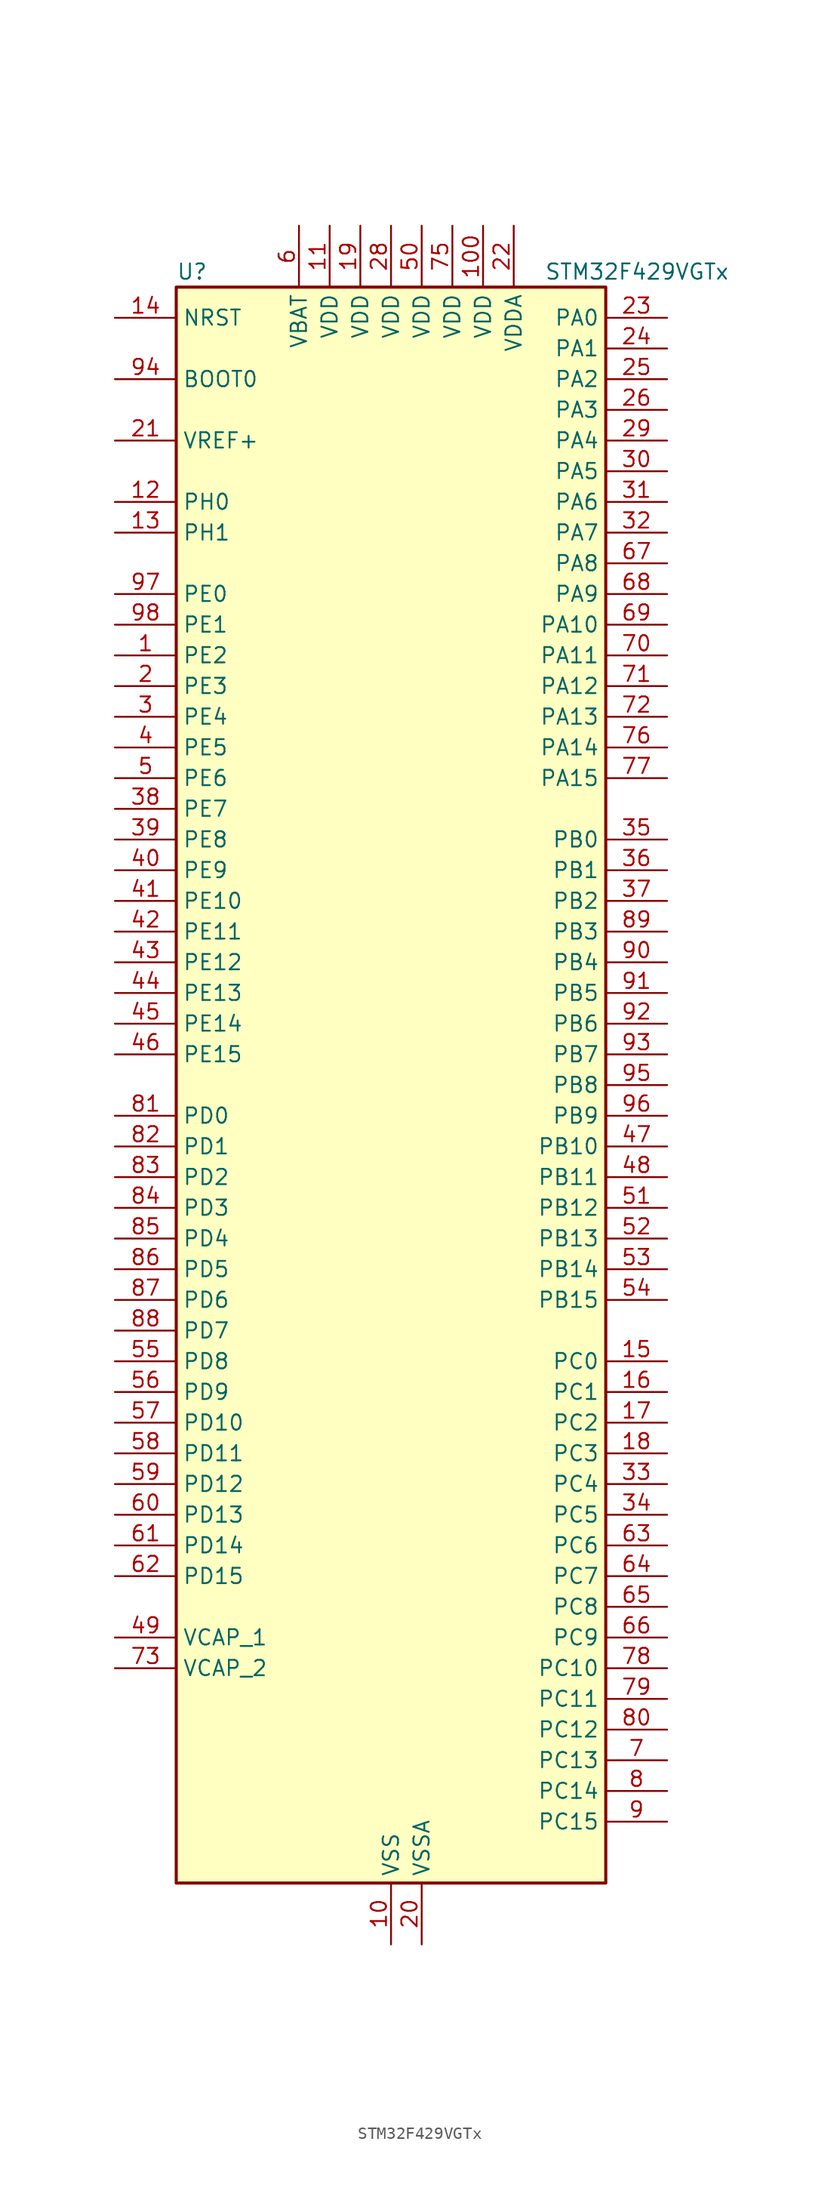
<source format=kicad_sym>
(kicad_symbol_lib
  (version 20220914)
  (generator kicad_symbol_editor)
  (symbol "STM32F429VGTx"
    (property "Reference" "U"
      (at -17.78 67.31 0)
      (effects (font (size 1.27 1.27)) (justify left)))
    (property "Value" "STM32F429VGTx"
      (at 12.7 67.31 0)
      (effects (font (size 1.27 1.27)) (justify left)))
    (property "ki_locked" ""
      (at 0 0 0)
      (effects (font (size 1.27 1.27))))
    (symbol "STM32F429VGTx_0_1"
      (rectangle (start -17.78 -66.04) (end 17.78 66.04) (stroke (width 0.254) (type default)) (fill (type background))))
    (symbol "STM32F429VGTx_1_1"
      (pin bidirectional line (at -22.86 35.56 0) (length 5.08) (name "PE2" (effects (font (size 1.27 1.27)))) (number "1" (effects (font (size 1.27 1.27)))) (alternate "ETH_TXD3" bidirectional line) (alternate "FMC_A23" bidirectional line) (alternate "SAI1_MCLK_A" bidirectional line) (alternate "SPI4_SCK" bidirectional line) (alternate "SYS_TRACECLK" bidirectional line))
      (pin power_in line (at 0 -71.12 90) (length 5.08) (name "VSS" (effects (font (size 1.27 1.27)))) (number "10" (effects (font (size 1.27 1.27)))))
      (pin power_in line (at 7.62 71.12 270) (length 5.08) (name "VDD" (effects (font (size 1.27 1.27)))) (number "100" (effects (font (size 1.27 1.27)))))
      (pin power_in line (at -5.08 71.12 270) (length 5.08) (name "VDD" (effects (font (size 1.27 1.27)))) (number "11" (effects (font (size 1.27 1.27)))))
      (pin bidirectional line (at -22.86 48.26 0) (length 5.08) (name "PH0" (effects (font (size 1.27 1.27)))) (number "12" (effects (font (size 1.27 1.27)))) (alternate "RCC_OSC_IN" bidirectional line))
      (pin bidirectional line (at -22.86 45.72 0) (length 5.08) (name "PH1" (effects (font (size 1.27 1.27)))) (number "13" (effects (font (size 1.27 1.27)))) (alternate "RCC_OSC_OUT" bidirectional line))
      (pin input line (at -22.86 63.5 0) (length 5.08) (name "NRST" (effects (font (size 1.27 1.27)))) (number "14" (effects (font (size 1.27 1.27)))))
      (pin bidirectional line (at 22.86 -22.86 180) (length 5.08) (name "PC0" (effects (font (size 1.27 1.27)))) (number "15" (effects (font (size 1.27 1.27)))) (alternate "ADC1_IN10" bidirectional line) (alternate "ADC2_IN10" bidirectional line) (alternate "ADC3_IN10" bidirectional line) (alternate "USB_OTG_HS_ULPI_STP" bidirectional line))
      (pin bidirectional line (at 22.86 -25.4 180) (length 5.08) (name "PC1" (effects (font (size 1.27 1.27)))) (number "16" (effects (font (size 1.27 1.27)))) (alternate "ADC1_IN11" bidirectional line) (alternate "ADC2_IN11" bidirectional line) (alternate "ADC3_IN11" bidirectional line) (alternate "ETH_MDC" bidirectional line))
      (pin bidirectional line (at 22.86 -27.94 180) (length 5.08) (name "PC2" (effects (font (size 1.27 1.27)))) (number "17" (effects (font (size 1.27 1.27)))) (alternate "ADC1_IN12" bidirectional line) (alternate "ADC2_IN12" bidirectional line) (alternate "ADC3_IN12" bidirectional line) (alternate "ETH_TXD2" bidirectional line) (alternate "I2S2_ext_SD" bidirectional line) (alternate "SPI2_MISO" bidirectional line) (alternate "USB_OTG_HS_ULPI_DIR" bidirectional line))
      (pin bidirectional line (at 22.86 -30.48 180) (length 5.08) (name "PC3" (effects (font (size 1.27 1.27)))) (number "18" (effects (font (size 1.27 1.27)))) (alternate "ADC1_IN13" bidirectional line) (alternate "ADC2_IN13" bidirectional line) (alternate "ADC3_IN13" bidirectional line) (alternate "ETH_TX_CLK" bidirectional line) (alternate "I2S2_SD" bidirectional line) (alternate "SPI2_MOSI" bidirectional line) (alternate "USB_OTG_HS_ULPI_NXT" bidirectional line))
      (pin power_in line (at -2.54 71.12 270) (length 5.08) (name "VDD" (effects (font (size 1.27 1.27)))) (number "19" (effects (font (size 1.27 1.27)))))
      (pin bidirectional line (at -22.86 33.02 0) (length 5.08) (name "PE3" (effects (font (size 1.27 1.27)))) (number "2" (effects (font (size 1.27 1.27)))) (alternate "FMC_A19" bidirectional line) (alternate "SAI1_SD_B" bidirectional line) (alternate "SYS_TRACED0" bidirectional line))
      (pin power_in line (at 2.54 -71.12 90) (length 5.08) (name "VSSA" (effects (font (size 1.27 1.27)))) (number "20" (effects (font (size 1.27 1.27)))))
      (pin input line (at -22.86 53.34 0) (length 5.08) (name "VREF+" (effects (font (size 1.27 1.27)))) (number "21" (effects (font (size 1.27 1.27)))))
      (pin power_in line (at 10.16 71.12 270) (length 5.08) (name "VDDA" (effects (font (size 1.27 1.27)))) (number "22" (effects (font (size 1.27 1.27)))))
      (pin bidirectional line (at 22.86 63.5 180) (length 5.08) (name "PA0" (effects (font (size 1.27 1.27)))) (number "23" (effects (font (size 1.27 1.27)))) (alternate "ADC1_IN0" bidirectional line) (alternate "ADC2_IN0" bidirectional line) (alternate "ADC3_IN0" bidirectional line) (alternate "ETH_CRS" bidirectional line) (alternate "SYS_WKUP" bidirectional line) (alternate "TIM2_CH1" bidirectional line) (alternate "TIM2_ETR" bidirectional line) (alternate "TIM5_CH1" bidirectional line) (alternate "TIM8_ETR" bidirectional line) (alternate "UART4_TX" bidirectional line) (alternate "USART2_CTS" bidirectional line))
      (pin bidirectional line (at 22.86 60.96 180) (length 5.08) (name "PA1" (effects (font (size 1.27 1.27)))) (number "24" (effects (font (size 1.27 1.27)))) (alternate "ADC1_IN1" bidirectional line) (alternate "ADC2_IN1" bidirectional line) (alternate "ADC3_IN1" bidirectional line) (alternate "ETH_REF_CLK" bidirectional line) (alternate "ETH_RX_CLK" bidirectional line) (alternate "TIM2_CH2" bidirectional line) (alternate "TIM5_CH2" bidirectional line) (alternate "UART4_RX" bidirectional line) (alternate "USART2_RTS" bidirectional line))
      (pin bidirectional line (at 22.86 58.42 180) (length 5.08) (name "PA2" (effects (font (size 1.27 1.27)))) (number "25" (effects (font (size 1.27 1.27)))) (alternate "ADC1_IN2" bidirectional line) (alternate "ADC2_IN2" bidirectional line) (alternate "ADC3_IN2" bidirectional line) (alternate "ETH_MDIO" bidirectional line) (alternate "TIM2_CH3" bidirectional line) (alternate "TIM5_CH3" bidirectional line) (alternate "TIM9_CH1" bidirectional line) (alternate "USART2_TX" bidirectional line))
      (pin bidirectional line (at 22.86 55.88 180) (length 5.08) (name "PA3" (effects (font (size 1.27 1.27)))) (number "26" (effects (font (size 1.27 1.27)))) (alternate "ADC1_IN3" bidirectional line) (alternate "ADC2_IN3" bidirectional line) (alternate "ADC3_IN3" bidirectional line) (alternate "ETH_COL" bidirectional line) (alternate "LTDC_B5" bidirectional line) (alternate "TIM2_CH4" bidirectional line) (alternate "TIM5_CH4" bidirectional line) (alternate "TIM9_CH2" bidirectional line) (alternate "USART2_RX" bidirectional line) (alternate "USB_OTG_HS_ULPI_D0" bidirectional line))
      (pin passive line (at 0 -71.12 90) (length 5.08) hide (name "VSS" (effects (font (size 1.27 1.27)))) (number "27" (effects (font (size 1.27 1.27)))))
      (pin power_in line (at 0 71.12 270) (length 5.08) (name "VDD" (effects (font (size 1.27 1.27)))) (number "28" (effects (font (size 1.27 1.27)))))
      (pin bidirectional line (at 22.86 53.34 180) (length 5.08) (name "PA4" (effects (font (size 1.27 1.27)))) (number "29" (effects (font (size 1.27 1.27)))) (alternate "ADC1_IN4" bidirectional line) (alternate "ADC2_IN4" bidirectional line) (alternate "DAC_OUT1" bidirectional line) (alternate "DCMI_HSYNC" bidirectional line) (alternate "I2S3_WS" bidirectional line) (alternate "LTDC_VSYNC" bidirectional line) (alternate "SPI1_NSS" bidirectional line) (alternate "SPI3_NSS" bidirectional line) (alternate "USART2_CK" bidirectional line) (alternate "USB_OTG_HS_SOF" bidirectional line))
      (pin bidirectional line (at -22.86 30.48 0) (length 5.08) (name "PE4" (effects (font (size 1.27 1.27)))) (number "3" (effects (font (size 1.27 1.27)))) (alternate "DCMI_D4" bidirectional line) (alternate "FMC_A20" bidirectional line) (alternate "LTDC_B0" bidirectional line) (alternate "SAI1_FS_A" bidirectional line) (alternate "SPI4_NSS" bidirectional line) (alternate "SYS_TRACED1" bidirectional line))
      (pin bidirectional line (at 22.86 50.8 180) (length 5.08) (name "PA5" (effects (font (size 1.27 1.27)))) (number "30" (effects (font (size 1.27 1.27)))) (alternate "ADC1_IN5" bidirectional line) (alternate "ADC2_IN5" bidirectional line) (alternate "DAC_OUT2" bidirectional line) (alternate "SPI1_SCK" bidirectional line) (alternate "TIM2_CH1" bidirectional line) (alternate "TIM2_ETR" bidirectional line) (alternate "TIM8_CH1N" bidirectional line) (alternate "USB_OTG_HS_ULPI_CK" bidirectional line))
      (pin bidirectional line (at 22.86 48.26 180) (length 5.08) (name "PA6" (effects (font (size 1.27 1.27)))) (number "31" (effects (font (size 1.27 1.27)))) (alternate "ADC1_IN6" bidirectional line) (alternate "ADC2_IN6" bidirectional line) (alternate "DCMI_PIXCLK" bidirectional line) (alternate "LTDC_G2" bidirectional line) (alternate "SPI1_MISO" bidirectional line) (alternate "TIM13_CH1" bidirectional line) (alternate "TIM1_BKIN" bidirectional line) (alternate "TIM3_CH1" bidirectional line) (alternate "TIM8_BKIN" bidirectional line))
      (pin bidirectional line (at 22.86 45.72 180) (length 5.08) (name "PA7" (effects (font (size 1.27 1.27)))) (number "32" (effects (font (size 1.27 1.27)))) (alternate "ADC1_IN7" bidirectional line) (alternate "ADC2_IN7" bidirectional line) (alternate "ETH_CRS_DV" bidirectional line) (alternate "ETH_RX_DV" bidirectional line) (alternate "SPI1_MOSI" bidirectional line) (alternate "TIM14_CH1" bidirectional line) (alternate "TIM1_CH1N" bidirectional line) (alternate "TIM3_CH2" bidirectional line) (alternate "TIM8_CH1N" bidirectional line))
      (pin bidirectional line (at 22.86 -33.02 180) (length 5.08) (name "PC4" (effects (font (size 1.27 1.27)))) (number "33" (effects (font (size 1.27 1.27)))) (alternate "ADC1_IN14" bidirectional line) (alternate "ADC2_IN14" bidirectional line) (alternate "ETH_RXD0" bidirectional line))
      (pin bidirectional line (at 22.86 -35.56 180) (length 5.08) (name "PC5" (effects (font (size 1.27 1.27)))) (number "34" (effects (font (size 1.27 1.27)))) (alternate "ADC1_IN15" bidirectional line) (alternate "ADC2_IN15" bidirectional line) (alternate "ETH_RXD1" bidirectional line))
      (pin bidirectional line (at 22.86 20.32 180) (length 5.08) (name "PB0" (effects (font (size 1.27 1.27)))) (number "35" (effects (font (size 1.27 1.27)))) (alternate "ADC1_IN8" bidirectional line) (alternate "ADC2_IN8" bidirectional line) (alternate "ETH_RXD2" bidirectional line) (alternate "LTDC_R3" bidirectional line) (alternate "TIM1_CH2N" bidirectional line) (alternate "TIM3_CH3" bidirectional line) (alternate "TIM8_CH2N" bidirectional line) (alternate "USB_OTG_HS_ULPI_D1" bidirectional line))
      (pin bidirectional line (at 22.86 17.78 180) (length 5.08) (name "PB1" (effects (font (size 1.27 1.27)))) (number "36" (effects (font (size 1.27 1.27)))) (alternate "ADC1_IN9" bidirectional line) (alternate "ADC2_IN9" bidirectional line) (alternate "ETH_RXD3" bidirectional line) (alternate "LTDC_R6" bidirectional line) (alternate "TIM1_CH3N" bidirectional line) (alternate "TIM3_CH4" bidirectional line) (alternate "TIM8_CH3N" bidirectional line) (alternate "USB_OTG_HS_ULPI_D2" bidirectional line))
      (pin bidirectional line (at 22.86 15.24 180) (length 5.08) (name "PB2" (effects (font (size 1.27 1.27)))) (number "37" (effects (font (size 1.27 1.27)))))
      (pin bidirectional line (at -22.86 22.86 0) (length 5.08) (name "PE7" (effects (font (size 1.27 1.27)))) (number "38" (effects (font (size 1.27 1.27)))) (alternate "FMC_D4" bidirectional line) (alternate "FMC_DA4" bidirectional line) (alternate "TIM1_ETR" bidirectional line) (alternate "UART7_RX" bidirectional line))
      (pin bidirectional line (at -22.86 20.32 0) (length 5.08) (name "PE8" (effects (font (size 1.27 1.27)))) (number "39" (effects (font (size 1.27 1.27)))) (alternate "FMC_D5" bidirectional line) (alternate "FMC_DA5" bidirectional line) (alternate "TIM1_CH1N" bidirectional line) (alternate "UART7_TX" bidirectional line))
      (pin bidirectional line (at -22.86 27.94 0) (length 5.08) (name "PE5" (effects (font (size 1.27 1.27)))) (number "4" (effects (font (size 1.27 1.27)))) (alternate "DCMI_D6" bidirectional line) (alternate "FMC_A21" bidirectional line) (alternate "LTDC_G0" bidirectional line) (alternate "SAI1_SCK_A" bidirectional line) (alternate "SPI4_MISO" bidirectional line) (alternate "SYS_TRACED2" bidirectional line) (alternate "TIM9_CH1" bidirectional line))
      (pin bidirectional line (at -22.86 17.78 0) (length 5.08) (name "PE9" (effects (font (size 1.27 1.27)))) (number "40" (effects (font (size 1.27 1.27)))) (alternate "DAC_EXTI9" bidirectional line) (alternate "FMC_D6" bidirectional line) (alternate "FMC_DA6" bidirectional line) (alternate "TIM1_CH1" bidirectional line))
      (pin bidirectional line (at -22.86 15.24 0) (length 5.08) (name "PE10" (effects (font (size 1.27 1.27)))) (number "41" (effects (font (size 1.27 1.27)))) (alternate "FMC_D7" bidirectional line) (alternate "FMC_DA7" bidirectional line) (alternate "TIM1_CH2N" bidirectional line))
      (pin bidirectional line (at -22.86 12.7 0) (length 5.08) (name "PE11" (effects (font (size 1.27 1.27)))) (number "42" (effects (font (size 1.27 1.27)))) (alternate "ADC1_EXTI11" bidirectional line) (alternate "ADC2_EXTI11" bidirectional line) (alternate "ADC3_EXTI11" bidirectional line) (alternate "FMC_D8" bidirectional line) (alternate "FMC_DA8" bidirectional line) (alternate "LTDC_G3" bidirectional line) (alternate "SPI4_NSS" bidirectional line) (alternate "TIM1_CH2" bidirectional line))
      (pin bidirectional line (at -22.86 10.16 0) (length 5.08) (name "PE12" (effects (font (size 1.27 1.27)))) (number "43" (effects (font (size 1.27 1.27)))) (alternate "FMC_D9" bidirectional line) (alternate "FMC_DA9" bidirectional line) (alternate "LTDC_B4" bidirectional line) (alternate "SPI4_SCK" bidirectional line) (alternate "TIM1_CH3N" bidirectional line))
      (pin bidirectional line (at -22.86 7.62 0) (length 5.08) (name "PE13" (effects (font (size 1.27 1.27)))) (number "44" (effects (font (size 1.27 1.27)))) (alternate "FMC_D10" bidirectional line) (alternate "FMC_DA10" bidirectional line) (alternate "LTDC_DE" bidirectional line) (alternate "SPI4_MISO" bidirectional line) (alternate "TIM1_CH3" bidirectional line))
      (pin bidirectional line (at -22.86 5.08 0) (length 5.08) (name "PE14" (effects (font (size 1.27 1.27)))) (number "45" (effects (font (size 1.27 1.27)))) (alternate "FMC_D11" bidirectional line) (alternate "FMC_DA11" bidirectional line) (alternate "LTDC_CLK" bidirectional line) (alternate "SPI4_MOSI" bidirectional line) (alternate "TIM1_CH4" bidirectional line))
      (pin bidirectional line (at -22.86 2.54 0) (length 5.08) (name "PE15" (effects (font (size 1.27 1.27)))) (number "46" (effects (font (size 1.27 1.27)))) (alternate "ADC1_EXTI15" bidirectional line) (alternate "ADC2_EXTI15" bidirectional line) (alternate "ADC3_EXTI15" bidirectional line) (alternate "FMC_D12" bidirectional line) (alternate "FMC_DA12" bidirectional line) (alternate "LTDC_R7" bidirectional line) (alternate "TIM1_BKIN" bidirectional line))
      (pin bidirectional line (at 22.86 -5.08 180) (length 5.08) (name "PB10" (effects (font (size 1.27 1.27)))) (number "47" (effects (font (size 1.27 1.27)))) (alternate "ETH_RX_ER" bidirectional line) (alternate "I2C2_SCL" bidirectional line) (alternate "I2S2_CK" bidirectional line) (alternate "LTDC_G4" bidirectional line) (alternate "SPI2_SCK" bidirectional line) (alternate "TIM2_CH3" bidirectional line) (alternate "USART3_TX" bidirectional line) (alternate "USB_OTG_HS_ULPI_D3" bidirectional line))
      (pin bidirectional line (at 22.86 -7.62 180) (length 5.08) (name "PB11" (effects (font (size 1.27 1.27)))) (number "48" (effects (font (size 1.27 1.27)))) (alternate "ADC1_EXTI11" bidirectional line) (alternate "ADC2_EXTI11" bidirectional line) (alternate "ADC3_EXTI11" bidirectional line) (alternate "ETH_TX_EN" bidirectional line) (alternate "I2C2_SDA" bidirectional line) (alternate "LTDC_G5" bidirectional line) (alternate "TIM2_CH4" bidirectional line) (alternate "USART3_RX" bidirectional line) (alternate "USB_OTG_HS_ULPI_D4" bidirectional line))
      (pin power_out line (at -22.86 -45.72 0) (length 5.08) (name "VCAP_1" (effects (font (size 1.27 1.27)))) (number "49" (effects (font (size 1.27 1.27)))))
      (pin bidirectional line (at -22.86 25.4 0) (length 5.08) (name "PE6" (effects (font (size 1.27 1.27)))) (number "5" (effects (font (size 1.27 1.27)))) (alternate "DCMI_D7" bidirectional line) (alternate "FMC_A22" bidirectional line) (alternate "LTDC_G1" bidirectional line) (alternate "SAI1_SD_A" bidirectional line) (alternate "SPI4_MOSI" bidirectional line) (alternate "SYS_TRACED3" bidirectional line) (alternate "TIM9_CH2" bidirectional line))
      (pin power_in line (at 2.54 71.12 270) (length 5.08) (name "VDD" (effects (font (size 1.27 1.27)))) (number "50" (effects (font (size 1.27 1.27)))))
      (pin bidirectional line (at 22.86 -10.16 180) (length 5.08) (name "PB12" (effects (font (size 1.27 1.27)))) (number "51" (effects (font (size 1.27 1.27)))) (alternate "CAN2_RX" bidirectional line) (alternate "ETH_TXD0" bidirectional line) (alternate "I2C2_SMBA" bidirectional line) (alternate "I2S2_WS" bidirectional line) (alternate "SPI2_NSS" bidirectional line) (alternate "TIM1_BKIN" bidirectional line) (alternate "USART3_CK" bidirectional line) (alternate "USB_OTG_HS_ID" bidirectional line) (alternate "USB_OTG_HS_ULPI_D5" bidirectional line))
      (pin bidirectional line (at 22.86 -12.7 180) (length 5.08) (name "PB13" (effects (font (size 1.27 1.27)))) (number "52" (effects (font (size 1.27 1.27)))) (alternate "CAN2_TX" bidirectional line) (alternate "ETH_TXD1" bidirectional line) (alternate "I2S2_CK" bidirectional line) (alternate "SPI2_SCK" bidirectional line) (alternate "TIM1_CH1N" bidirectional line) (alternate "USART3_CTS" bidirectional line) (alternate "USB_OTG_HS_ULPI_D6" bidirectional line) (alternate "USB_OTG_HS_VBUS" bidirectional line))
      (pin bidirectional line (at 22.86 -15.24 180) (length 5.08) (name "PB14" (effects (font (size 1.27 1.27)))) (number "53" (effects (font (size 1.27 1.27)))) (alternate "I2S2_ext_SD" bidirectional line) (alternate "SPI2_MISO" bidirectional line) (alternate "TIM12_CH1" bidirectional line) (alternate "TIM1_CH2N" bidirectional line) (alternate "TIM8_CH2N" bidirectional line) (alternate "USART3_RTS" bidirectional line) (alternate "USB_OTG_HS_DM" bidirectional line))
      (pin bidirectional line (at 22.86 -17.78 180) (length 5.08) (name "PB15" (effects (font (size 1.27 1.27)))) (number "54" (effects (font (size 1.27 1.27)))) (alternate "ADC1_EXTI15" bidirectional line) (alternate "ADC2_EXTI15" bidirectional line) (alternate "ADC3_EXTI15" bidirectional line) (alternate "I2S2_SD" bidirectional line) (alternate "RTC_REFIN" bidirectional line) (alternate "SPI2_MOSI" bidirectional line) (alternate "TIM12_CH2" bidirectional line) (alternate "TIM1_CH3N" bidirectional line) (alternate "TIM8_CH3N" bidirectional line) (alternate "USB_OTG_HS_DP" bidirectional line))
      (pin bidirectional line (at -22.86 -22.86 0) (length 5.08) (name "PD8" (effects (font (size 1.27 1.27)))) (number "55" (effects (font (size 1.27 1.27)))) (alternate "FMC_D13" bidirectional line) (alternate "FMC_DA13" bidirectional line) (alternate "USART3_TX" bidirectional line))
      (pin bidirectional line (at -22.86 -25.4 0) (length 5.08) (name "PD9" (effects (font (size 1.27 1.27)))) (number "56" (effects (font (size 1.27 1.27)))) (alternate "DAC_EXTI9" bidirectional line) (alternate "FMC_D14" bidirectional line) (alternate "FMC_DA14" bidirectional line) (alternate "USART3_RX" bidirectional line))
      (pin bidirectional line (at -22.86 -27.94 0) (length 5.08) (name "PD10" (effects (font (size 1.27 1.27)))) (number "57" (effects (font (size 1.27 1.27)))) (alternate "FMC_D15" bidirectional line) (alternate "FMC_DA15" bidirectional line) (alternate "LTDC_B3" bidirectional line) (alternate "USART3_CK" bidirectional line))
      (pin bidirectional line (at -22.86 -30.48 0) (length 5.08) (name "PD11" (effects (font (size 1.27 1.27)))) (number "58" (effects (font (size 1.27 1.27)))) (alternate "ADC1_EXTI11" bidirectional line) (alternate "ADC2_EXTI11" bidirectional line) (alternate "ADC3_EXTI11" bidirectional line) (alternate "FMC_A16" bidirectional line) (alternate "FMC_CLE" bidirectional line) (alternate "USART3_CTS" bidirectional line))
      (pin bidirectional line (at -22.86 -33.02 0) (length 5.08) (name "PD12" (effects (font (size 1.27 1.27)))) (number "59" (effects (font (size 1.27 1.27)))) (alternate "FMC_A17" bidirectional line) (alternate "FMC_ALE" bidirectional line) (alternate "TIM4_CH1" bidirectional line) (alternate "USART3_RTS" bidirectional line))
      (pin power_in line (at -7.62 71.12 270) (length 5.08) (name "VBAT" (effects (font (size 1.27 1.27)))) (number "6" (effects (font (size 1.27 1.27)))))
      (pin bidirectional line (at -22.86 -35.56 0) (length 5.08) (name "PD13" (effects (font (size 1.27 1.27)))) (number "60" (effects (font (size 1.27 1.27)))) (alternate "FMC_A18" bidirectional line) (alternate "TIM4_CH2" bidirectional line))
      (pin bidirectional line (at -22.86 -38.1 0) (length 5.08) (name "PD14" (effects (font (size 1.27 1.27)))) (number "61" (effects (font (size 1.27 1.27)))) (alternate "FMC_D0" bidirectional line) (alternate "FMC_DA0" bidirectional line) (alternate "TIM4_CH3" bidirectional line))
      (pin bidirectional line (at -22.86 -40.64 0) (length 5.08) (name "PD15" (effects (font (size 1.27 1.27)))) (number "62" (effects (font (size 1.27 1.27)))) (alternate "ADC1_EXTI15" bidirectional line) (alternate "ADC2_EXTI15" bidirectional line) (alternate "ADC3_EXTI15" bidirectional line) (alternate "FMC_D1" bidirectional line) (alternate "FMC_DA1" bidirectional line) (alternate "TIM4_CH4" bidirectional line))
      (pin bidirectional line (at 22.86 -38.1 180) (length 5.08) (name "PC6" (effects (font (size 1.27 1.27)))) (number "63" (effects (font (size 1.27 1.27)))) (alternate "DCMI_D0" bidirectional line) (alternate "I2S2_MCK" bidirectional line) (alternate "LTDC_HSYNC" bidirectional line) (alternate "SDIO_D6" bidirectional line) (alternate "TIM3_CH1" bidirectional line) (alternate "TIM8_CH1" bidirectional line) (alternate "USART6_TX" bidirectional line))
      (pin bidirectional line (at 22.86 -40.64 180) (length 5.08) (name "PC7" (effects (font (size 1.27 1.27)))) (number "64" (effects (font (size 1.27 1.27)))) (alternate "DCMI_D1" bidirectional line) (alternate "I2S3_MCK" bidirectional line) (alternate "LTDC_G6" bidirectional line) (alternate "SDIO_D7" bidirectional line) (alternate "TIM3_CH2" bidirectional line) (alternate "TIM8_CH2" bidirectional line) (alternate "USART6_RX" bidirectional line))
      (pin bidirectional line (at 22.86 -43.18 180) (length 5.08) (name "PC8" (effects (font (size 1.27 1.27)))) (number "65" (effects (font (size 1.27 1.27)))) (alternate "DCMI_D2" bidirectional line) (alternate "SDIO_D0" bidirectional line) (alternate "TIM3_CH3" bidirectional line) (alternate "TIM8_CH3" bidirectional line) (alternate "USART6_CK" bidirectional line))
      (pin bidirectional line (at 22.86 -45.72 180) (length 5.08) (name "PC9" (effects (font (size 1.27 1.27)))) (number "66" (effects (font (size 1.27 1.27)))) (alternate "DAC_EXTI9" bidirectional line) (alternate "DCMI_D3" bidirectional line) (alternate "I2C3_SDA" bidirectional line) (alternate "I2S_CKIN" bidirectional line) (alternate "RCC_MCO_2" bidirectional line) (alternate "SDIO_D1" bidirectional line) (alternate "TIM3_CH4" bidirectional line) (alternate "TIM8_CH4" bidirectional line))
      (pin bidirectional line (at 22.86 43.18 180) (length 5.08) (name "PA8" (effects (font (size 1.27 1.27)))) (number "67" (effects (font (size 1.27 1.27)))) (alternate "I2C3_SCL" bidirectional line) (alternate "LTDC_R6" bidirectional line) (alternate "RCC_MCO_1" bidirectional line) (alternate "TIM1_CH1" bidirectional line) (alternate "USART1_CK" bidirectional line) (alternate "USB_OTG_FS_SOF" bidirectional line))
      (pin bidirectional line (at 22.86 40.64 180) (length 5.08) (name "PA9" (effects (font (size 1.27 1.27)))) (number "68" (effects (font (size 1.27 1.27)))) (alternate "DAC_EXTI9" bidirectional line) (alternate "DCMI_D0" bidirectional line) (alternate "I2C3_SMBA" bidirectional line) (alternate "TIM1_CH2" bidirectional line) (alternate "USART1_TX" bidirectional line) (alternate "USB_OTG_FS_VBUS" bidirectional line))
      (pin bidirectional line (at 22.86 38.1 180) (length 5.08) (name "PA10" (effects (font (size 1.27 1.27)))) (number "69" (effects (font (size 1.27 1.27)))) (alternate "DCMI_D1" bidirectional line) (alternate "TIM1_CH3" bidirectional line) (alternate "USART1_RX" bidirectional line) (alternate "USB_OTG_FS_ID" bidirectional line))
      (pin bidirectional line (at 22.86 -55.88 180) (length 5.08) (name "PC13" (effects (font (size 1.27 1.27)))) (number "7" (effects (font (size 1.27 1.27)))) (alternate "RTC_AF1" bidirectional line))
      (pin bidirectional line (at 22.86 35.56 180) (length 5.08) (name "PA11" (effects (font (size 1.27 1.27)))) (number "70" (effects (font (size 1.27 1.27)))) (alternate "ADC1_EXTI11" bidirectional line) (alternate "ADC2_EXTI11" bidirectional line) (alternate "ADC3_EXTI11" bidirectional line) (alternate "CAN1_RX" bidirectional line) (alternate "LTDC_R4" bidirectional line) (alternate "TIM1_CH4" bidirectional line) (alternate "USART1_CTS" bidirectional line) (alternate "USB_OTG_FS_DM" bidirectional line))
      (pin bidirectional line (at 22.86 33.02 180) (length 5.08) (name "PA12" (effects (font (size 1.27 1.27)))) (number "71" (effects (font (size 1.27 1.27)))) (alternate "CAN1_TX" bidirectional line) (alternate "LTDC_R5" bidirectional line) (alternate "TIM1_ETR" bidirectional line) (alternate "USART1_RTS" bidirectional line) (alternate "USB_OTG_FS_DP" bidirectional line))
      (pin bidirectional line (at 22.86 30.48 180) (length 5.08) (name "PA13" (effects (font (size 1.27 1.27)))) (number "72" (effects (font (size 1.27 1.27)))) (alternate "SYS_JTMS-SWDIO" bidirectional line))
      (pin power_out line (at -22.86 -48.26 0) (length 5.08) (name "VCAP_2" (effects (font (size 1.27 1.27)))) (number "73" (effects (font (size 1.27 1.27)))))
      (pin passive line (at 0 -71.12 90) (length 5.08) hide (name "VSS" (effects (font (size 1.27 1.27)))) (number "74" (effects (font (size 1.27 1.27)))))
      (pin power_in line (at 5.08 71.12 270) (length 5.08) (name "VDD" (effects (font (size 1.27 1.27)))) (number "75" (effects (font (size 1.27 1.27)))))
      (pin bidirectional line (at 22.86 27.94 180) (length 5.08) (name "PA14" (effects (font (size 1.27 1.27)))) (number "76" (effects (font (size 1.27 1.27)))) (alternate "SYS_JTCK-SWCLK" bidirectional line))
      (pin bidirectional line (at 22.86 25.4 180) (length 5.08) (name "PA15" (effects (font (size 1.27 1.27)))) (number "77" (effects (font (size 1.27 1.27)))) (alternate "ADC1_EXTI15" bidirectional line) (alternate "ADC2_EXTI15" bidirectional line) (alternate "ADC3_EXTI15" bidirectional line) (alternate "I2S3_WS" bidirectional line) (alternate "SPI1_NSS" bidirectional line) (alternate "SPI3_NSS" bidirectional line) (alternate "SYS_JTDI" bidirectional line) (alternate "TIM2_CH1" bidirectional line) (alternate "TIM2_ETR" bidirectional line))
      (pin bidirectional line (at 22.86 -48.26 180) (length 5.08) (name "PC10" (effects (font (size 1.27 1.27)))) (number "78" (effects (font (size 1.27 1.27)))) (alternate "DCMI_D8" bidirectional line) (alternate "I2S3_CK" bidirectional line) (alternate "LTDC_R2" bidirectional line) (alternate "SDIO_D2" bidirectional line) (alternate "SPI3_SCK" bidirectional line) (alternate "UART4_TX" bidirectional line) (alternate "USART3_TX" bidirectional line))
      (pin bidirectional line (at 22.86 -50.8 180) (length 5.08) (name "PC11" (effects (font (size 1.27 1.27)))) (number "79" (effects (font (size 1.27 1.27)))) (alternate "ADC1_EXTI11" bidirectional line) (alternate "ADC2_EXTI11" bidirectional line) (alternate "ADC3_EXTI11" bidirectional line) (alternate "DCMI_D4" bidirectional line) (alternate "I2S3_ext_SD" bidirectional line) (alternate "SDIO_D3" bidirectional line) (alternate "SPI3_MISO" bidirectional line) (alternate "UART4_RX" bidirectional line) (alternate "USART3_RX" bidirectional line))
      (pin bidirectional line (at 22.86 -58.42 180) (length 5.08) (name "PC14" (effects (font (size 1.27 1.27)))) (number "8" (effects (font (size 1.27 1.27)))) (alternate "RCC_OSC32_IN" bidirectional line))
      (pin bidirectional line (at 22.86 -53.34 180) (length 5.08) (name "PC12" (effects (font (size 1.27 1.27)))) (number "80" (effects (font (size 1.27 1.27)))) (alternate "DCMI_D9" bidirectional line) (alternate "I2S3_SD" bidirectional line) (alternate "SDIO_CK" bidirectional line) (alternate "SPI3_MOSI" bidirectional line) (alternate "UART5_TX" bidirectional line) (alternate "USART3_CK" bidirectional line))
      (pin bidirectional line (at -22.86 -2.54 0) (length 5.08) (name "PD0" (effects (font (size 1.27 1.27)))) (number "81" (effects (font (size 1.27 1.27)))) (alternate "CAN1_RX" bidirectional line) (alternate "FMC_D2" bidirectional line) (alternate "FMC_DA2" bidirectional line))
      (pin bidirectional line (at -22.86 -5.08 0) (length 5.08) (name "PD1" (effects (font (size 1.27 1.27)))) (number "82" (effects (font (size 1.27 1.27)))) (alternate "CAN1_TX" bidirectional line) (alternate "FMC_D3" bidirectional line) (alternate "FMC_DA3" bidirectional line))
      (pin bidirectional line (at -22.86 -7.62 0) (length 5.08) (name "PD2" (effects (font (size 1.27 1.27)))) (number "83" (effects (font (size 1.27 1.27)))) (alternate "DCMI_D11" bidirectional line) (alternate "SDIO_CMD" bidirectional line) (alternate "TIM3_ETR" bidirectional line) (alternate "UART5_RX" bidirectional line))
      (pin bidirectional line (at -22.86 -10.16 0) (length 5.08) (name "PD3" (effects (font (size 1.27 1.27)))) (number "84" (effects (font (size 1.27 1.27)))) (alternate "DCMI_D5" bidirectional line) (alternate "FMC_CLK" bidirectional line) (alternate "I2S2_CK" bidirectional line) (alternate "LTDC_G7" bidirectional line) (alternate "SPI2_SCK" bidirectional line) (alternate "USART2_CTS" bidirectional line))
      (pin bidirectional line (at -22.86 -12.7 0) (length 5.08) (name "PD4" (effects (font (size 1.27 1.27)))) (number "85" (effects (font (size 1.27 1.27)))) (alternate "FMC_NOE" bidirectional line) (alternate "USART2_RTS" bidirectional line))
      (pin bidirectional line (at -22.86 -15.24 0) (length 5.08) (name "PD5" (effects (font (size 1.27 1.27)))) (number "86" (effects (font (size 1.27 1.27)))) (alternate "FMC_NWE" bidirectional line) (alternate "USART2_TX" bidirectional line))
      (pin bidirectional line (at -22.86 -17.78 0) (length 5.08) (name "PD6" (effects (font (size 1.27 1.27)))) (number "87" (effects (font (size 1.27 1.27)))) (alternate "DCMI_D10" bidirectional line) (alternate "FMC_NWAIT" bidirectional line) (alternate "I2S3_SD" bidirectional line) (alternate "LTDC_B2" bidirectional line) (alternate "SAI1_SD_A" bidirectional line) (alternate "SPI3_MOSI" bidirectional line) (alternate "USART2_RX" bidirectional line))
      (pin bidirectional line (at -22.86 -20.32 0) (length 5.08) (name "PD7" (effects (font (size 1.27 1.27)))) (number "88" (effects (font (size 1.27 1.27)))) (alternate "FMC_NCE2" bidirectional line) (alternate "FMC_NE1" bidirectional line) (alternate "USART2_CK" bidirectional line))
      (pin bidirectional line (at 22.86 12.7 180) (length 5.08) (name "PB3" (effects (font (size 1.27 1.27)))) (number "89" (effects (font (size 1.27 1.27)))) (alternate "I2S3_CK" bidirectional line) (alternate "SPI1_SCK" bidirectional line) (alternate "SPI3_SCK" bidirectional line) (alternate "SYS_JTDO-SWO" bidirectional line) (alternate "TIM2_CH2" bidirectional line))
      (pin bidirectional line (at 22.86 -60.96 180) (length 5.08) (name "PC15" (effects (font (size 1.27 1.27)))) (number "9" (effects (font (size 1.27 1.27)))) (alternate "ADC1_EXTI15" bidirectional line) (alternate "ADC2_EXTI15" bidirectional line) (alternate "ADC3_EXTI15" bidirectional line) (alternate "RCC_OSC32_OUT" bidirectional line))
      (pin bidirectional line (at 22.86 10.16 180) (length 5.08) (name "PB4" (effects (font (size 1.27 1.27)))) (number "90" (effects (font (size 1.27 1.27)))) (alternate "I2S3_ext_SD" bidirectional line) (alternate "SPI1_MISO" bidirectional line) (alternate "SPI3_MISO" bidirectional line) (alternate "SYS_JTRST" bidirectional line) (alternate "TIM3_CH1" bidirectional line))
      (pin bidirectional line (at 22.86 7.62 180) (length 5.08) (name "PB5" (effects (font (size 1.27 1.27)))) (number "91" (effects (font (size 1.27 1.27)))) (alternate "CAN2_RX" bidirectional line) (alternate "DCMI_D10" bidirectional line) (alternate "ETH_PPS_OUT" bidirectional line) (alternate "I2C1_SMBA" bidirectional line) (alternate "I2S3_SD" bidirectional line) (alternate "SPI1_MOSI" bidirectional line) (alternate "SPI3_MOSI" bidirectional line) (alternate "TIM3_CH2" bidirectional line) (alternate "USB_OTG_HS_ULPI_D7" bidirectional line))
      (pin bidirectional line (at 22.86 5.08 180) (length 5.08) (name "PB6" (effects (font (size 1.27 1.27)))) (number "92" (effects (font (size 1.27 1.27)))) (alternate "CAN2_TX" bidirectional line) (alternate "DCMI_D5" bidirectional line) (alternate "I2C1_SCL" bidirectional line) (alternate "TIM4_CH1" bidirectional line) (alternate "USART1_TX" bidirectional line))
      (pin bidirectional line (at 22.86 2.54 180) (length 5.08) (name "PB7" (effects (font (size 1.27 1.27)))) (number "93" (effects (font (size 1.27 1.27)))) (alternate "DCMI_VSYNC" bidirectional line) (alternate "FMC_NL" bidirectional line) (alternate "I2C1_SDA" bidirectional line) (alternate "TIM4_CH2" bidirectional line) (alternate "USART1_RX" bidirectional line))
      (pin input line (at -22.86 58.42 0) (length 5.08) (name "BOOT0" (effects (font (size 1.27 1.27)))) (number "94" (effects (font (size 1.27 1.27)))))
      (pin bidirectional line (at 22.86 0 180) (length 5.08) (name "PB8" (effects (font (size 1.27 1.27)))) (number "95" (effects (font (size 1.27 1.27)))) (alternate "CAN1_RX" bidirectional line) (alternate "DCMI_D6" bidirectional line) (alternate "ETH_TXD3" bidirectional line) (alternate "I2C1_SCL" bidirectional line) (alternate "LTDC_B6" bidirectional line) (alternate "SDIO_D4" bidirectional line) (alternate "TIM10_CH1" bidirectional line) (alternate "TIM4_CH3" bidirectional line))
      (pin bidirectional line (at 22.86 -2.54 180) (length 5.08) (name "PB9" (effects (font (size 1.27 1.27)))) (number "96" (effects (font (size 1.27 1.27)))) (alternate "CAN1_TX" bidirectional line) (alternate "DAC_EXTI9" bidirectional line) (alternate "DCMI_D7" bidirectional line) (alternate "I2C1_SDA" bidirectional line) (alternate "I2S2_WS" bidirectional line) (alternate "LTDC_B7" bidirectional line) (alternate "SDIO_D5" bidirectional line) (alternate "SPI2_NSS" bidirectional line) (alternate "TIM11_CH1" bidirectional line) (alternate "TIM4_CH4" bidirectional line))
      (pin bidirectional line (at -22.86 40.64 0) (length 5.08) (name "PE0" (effects (font (size 1.27 1.27)))) (number "97" (effects (font (size 1.27 1.27)))) (alternate "DCMI_D2" bidirectional line) (alternate "FMC_NBL0" bidirectional line) (alternate "TIM4_ETR" bidirectional line) (alternate "UART8_RX" bidirectional line))
      (pin bidirectional line (at -22.86 38.1 0) (length 5.08) (name "PE1" (effects (font (size 1.27 1.27)))) (number "98" (effects (font (size 1.27 1.27)))) (alternate "DCMI_D3" bidirectional line) (alternate "FMC_NBL1" bidirectional line) (alternate "UART8_TX" bidirectional line))
      (pin passive line (at 0 -71.12 90) (length 5.08) hide (name "VSS" (effects (font (size 1.27 1.27)))) (number "99" (effects (font (size 1.27 1.27))))))))
</source>
